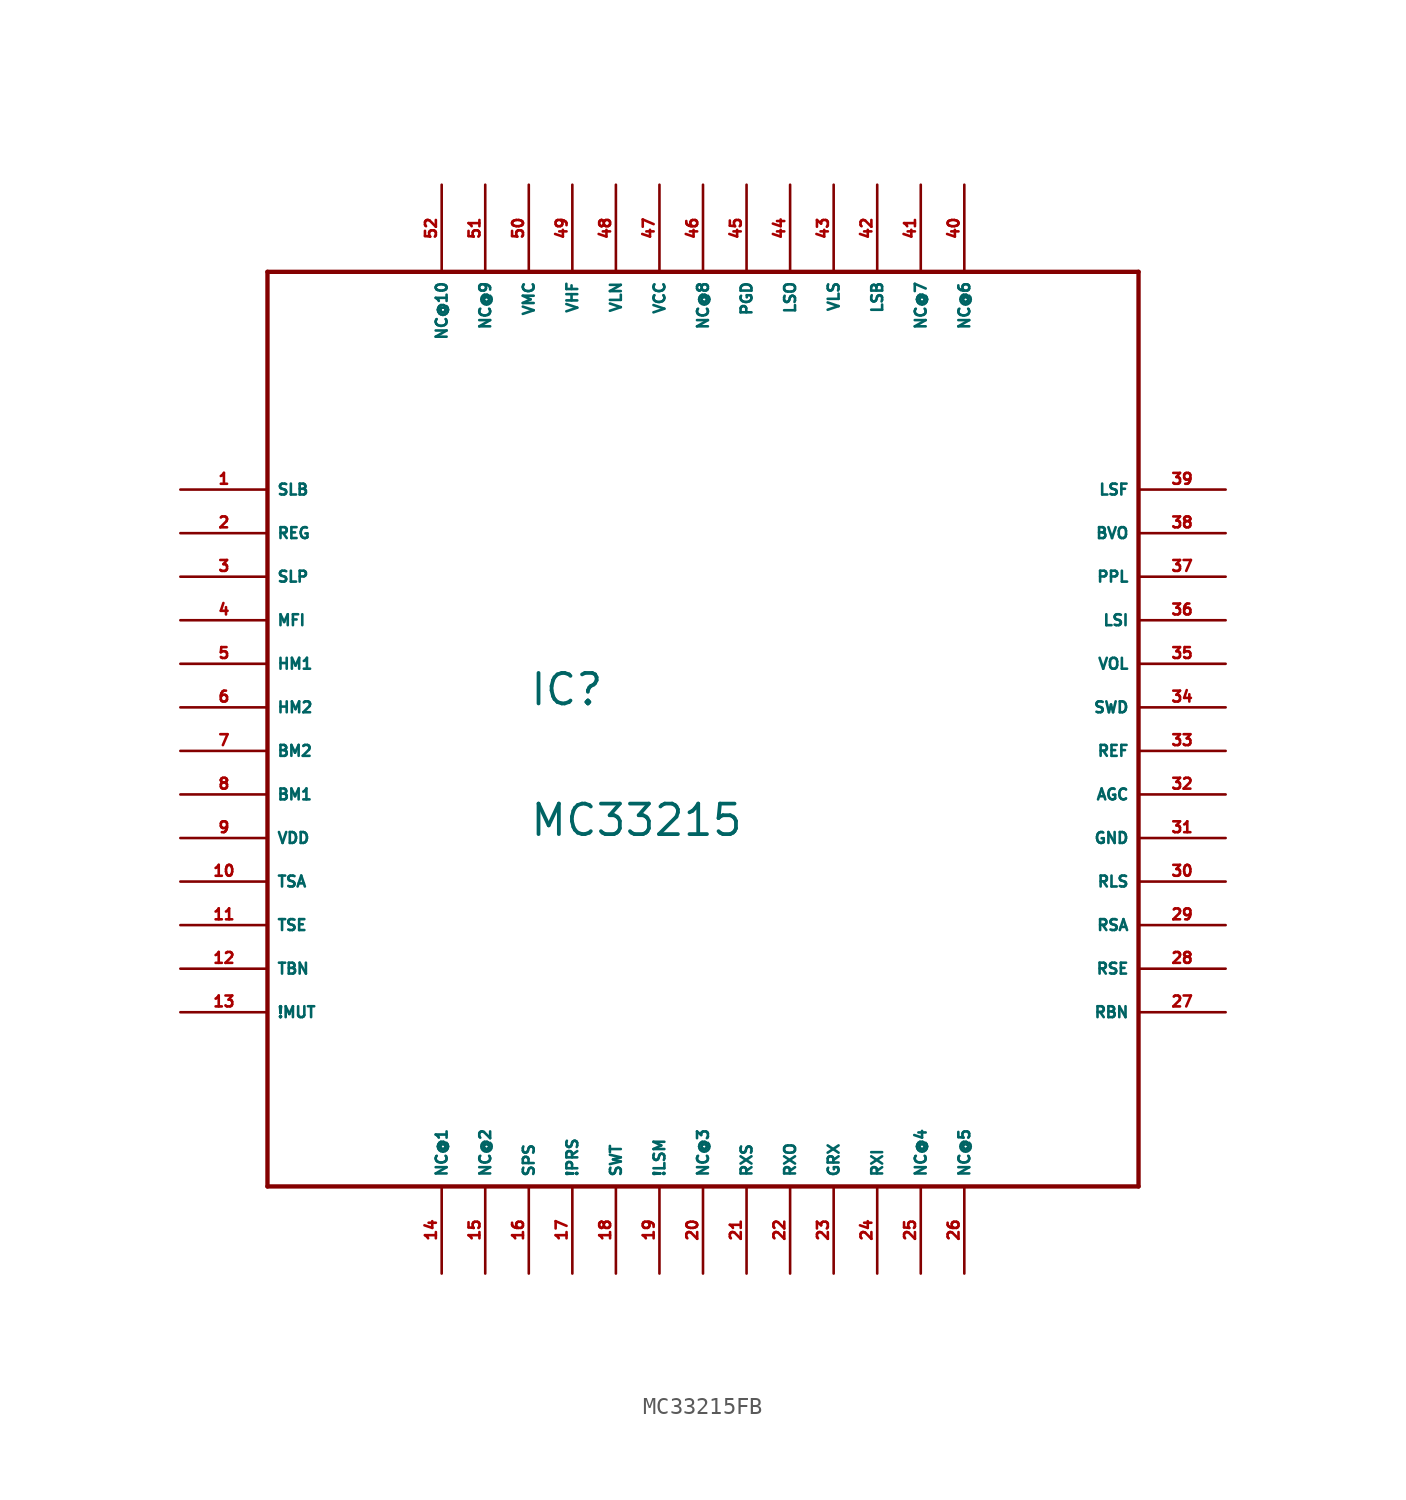
<source format=kicad_sym>
(kicad_symbol_lib
  (version 20220914)
  (generator Eagle2Kicad)
  (symbol "MC33215FB"
    (property "Reference" "IC"
      (at -10.16 2.54 0)
      (effects (font (size 1.778 1.778) (thickness 0.22)) (justify left bottom)))
    (property "Value" "MC33215"
      (at -10.16 -5.08 0)
      (effects (font (size 1.778 1.778) (thickness 0.22)) (justify left bottom)))
    (polyline
      (pts (xy -25.4 27.94) (xy 25.4 27.94))
      (stroke (width 0.254) (type default))
      (fill (type none)))
    (polyline
      (pts (xy 25.4 27.94) (xy 25.4 -25.4))
      (stroke (width 0.254) (type default))
      (fill (type none)))
    (polyline
      (pts (xy 25.4 -25.4) (xy -25.4 -25.4))
      (stroke (width 0.254) (type default))
      (fill (type none)))
    (polyline
      (pts (xy -25.4 -25.4) (xy -25.4 27.94))
      (stroke (width 0.254) (type default))
      (fill (type none)))
    (pin input line
      (at -30.48 15.24 0)
      (length 5.08)
      (name "SLB" (effects (font (size 0.635 0.635) (thickness 0.08)) (justify left bottom)))
      (number "1" (effects (font (size 0.635 0.635) (thickness 0.08)) (justify left bottom))))
    (pin input line
      (at -30.48 12.7 0)
      (length 5.08)
      (name "REG" (effects (font (size 0.635 0.635) (thickness 0.08)) (justify left bottom)))
      (number "2" (effects (font (size 0.635 0.635) (thickness 0.08)) (justify left bottom))))
    (pin input line
      (at -30.48 10.16 0)
      (length 5.08)
      (name "SLP" (effects (font (size 0.635 0.635) (thickness 0.08)) (justify left bottom)))
      (number "3" (effects (font (size 0.635 0.635) (thickness 0.08)) (justify left bottom))))
    (pin input line
      (at -30.48 7.62 0)
      (length 5.08)
      (name "MFI" (effects (font (size 0.635 0.635) (thickness 0.08)) (justify left bottom)))
      (number "4" (effects (font (size 0.635 0.635) (thickness 0.08)) (justify left bottom))))
    (pin input line
      (at -30.48 5.08 0)
      (length 5.08)
      (name "HM1" (effects (font (size 0.635 0.635) (thickness 0.08)) (justify left bottom)))
      (number "5" (effects (font (size 0.635 0.635) (thickness 0.08)) (justify left bottom))))
    (pin input line
      (at -30.48 2.54 0)
      (length 5.08)
      (name "HM2" (effects (font (size 0.635 0.635) (thickness 0.08)) (justify left bottom)))
      (number "6" (effects (font (size 0.635 0.635) (thickness 0.08)) (justify left bottom))))
    (pin input line
      (at -30.48 0 0)
      (length 5.08)
      (name "BM2" (effects (font (size 0.635 0.635) (thickness 0.08)) (justify left bottom)))
      (number "7" (effects (font (size 0.635 0.635) (thickness 0.08)) (justify left bottom))))
    (pin input line
      (at -30.48 -2.54 0)
      (length 5.08)
      (name "BM1" (effects (font (size 0.635 0.635) (thickness 0.08)) (justify left bottom)))
      (number "8" (effects (font (size 0.635 0.635) (thickness 0.08)) (justify left bottom))))
    (pin input line
      (at -30.48 -5.08 0)
      (length 5.08)
      (name "VDD" (effects (font (size 0.635 0.635) (thickness 0.08)) (justify left bottom)))
      (number "9" (effects (font (size 0.635 0.635) (thickness 0.08)) (justify left bottom))))
    (pin input line
      (at -30.48 -7.62 0)
      (length 5.08)
      (name "TSA" (effects (font (size 0.635 0.635) (thickness 0.08)) (justify left bottom)))
      (number "10" (effects (font (size 0.635 0.635) (thickness 0.08)) (justify left bottom))))
    (pin input line
      (at -30.48 -10.16 0)
      (length 5.08)
      (name "TSE" (effects (font (size 0.635 0.635) (thickness 0.08)) (justify left bottom)))
      (number "11" (effects (font (size 0.635 0.635) (thickness 0.08)) (justify left bottom))))
    (pin input line
      (at -30.48 -12.7 0)
      (length 5.08)
      (name "TBN" (effects (font (size 0.635 0.635) (thickness 0.08)) (justify left bottom)))
      (number "12" (effects (font (size 0.635 0.635) (thickness 0.08)) (justify left bottom))))
    (pin input line
      (at -30.48 -15.24 0)
      (length 5.08)
      (name "!MUT" (effects (font (size 0.635 0.635) (thickness 0.08)) (justify left bottom)))
      (number "13" (effects (font (size 0.635 0.635) (thickness 0.08)) (justify left bottom))))
    (pin input line
      (at -15.24 -30.48 90)
      (length 5.08)
      (name "NC@1" (effects (font (size 0.635 0.635) (thickness 0.08)) (justify left bottom)))
      (number "14" (effects (font (size 0.635 0.635) (thickness 0.08)) (justify left bottom))))
    (pin input line
      (at -12.7 -30.48 90)
      (length 5.08)
      (name "NC@2" (effects (font (size 0.635 0.635) (thickness 0.08)) (justify left bottom)))
      (number "15" (effects (font (size 0.635 0.635) (thickness 0.08)) (justify left bottom))))
    (pin input line
      (at -10.16 -30.48 90)
      (length 5.08)
      (name "SPS" (effects (font (size 0.635 0.635) (thickness 0.08)) (justify left bottom)))
      (number "16" (effects (font (size 0.635 0.635) (thickness 0.08)) (justify left bottom))))
    (pin input line
      (at -7.62 -30.48 90)
      (length 5.08)
      (name "!PRS" (effects (font (size 0.635 0.635) (thickness 0.08)) (justify left bottom)))
      (number "17" (effects (font (size 0.635 0.635) (thickness 0.08)) (justify left bottom))))
    (pin input line
      (at -5.08 -30.48 90)
      (length 5.08)
      (name "SWT" (effects (font (size 0.635 0.635) (thickness 0.08)) (justify left bottom)))
      (number "18" (effects (font (size 0.635 0.635) (thickness 0.08)) (justify left bottom))))
    (pin input line
      (at -2.54 -30.48 90)
      (length 5.08)
      (name "!LSM" (effects (font (size 0.635 0.635) (thickness 0.08)) (justify left bottom)))
      (number "19" (effects (font (size 0.635 0.635) (thickness 0.08)) (justify left bottom))))
    (pin input line
      (at 0 -30.48 90)
      (length 5.08)
      (name "NC@3" (effects (font (size 0.635 0.635) (thickness 0.08)) (justify left bottom)))
      (number "20" (effects (font (size 0.635 0.635) (thickness 0.08)) (justify left bottom))))
    (pin input line
      (at 2.54 -30.48 90)
      (length 5.08)
      (name "RXS" (effects (font (size 0.635 0.635) (thickness 0.08)) (justify left bottom)))
      (number "21" (effects (font (size 0.635 0.635) (thickness 0.08)) (justify left bottom))))
    (pin input line
      (at 5.08 -30.48 90)
      (length 5.08)
      (name "RXO" (effects (font (size 0.635 0.635) (thickness 0.08)) (justify left bottom)))
      (number "22" (effects (font (size 0.635 0.635) (thickness 0.08)) (justify left bottom))))
    (pin input line
      (at 7.62 -30.48 90)
      (length 5.08)
      (name "GRX" (effects (font (size 0.635 0.635) (thickness 0.08)) (justify left bottom)))
      (number "23" (effects (font (size 0.635 0.635) (thickness 0.08)) (justify left bottom))))
    (pin input line
      (at 10.16 -30.48 90)
      (length 5.08)
      (name "RXI" (effects (font (size 0.635 0.635) (thickness 0.08)) (justify left bottom)))
      (number "24" (effects (font (size 0.635 0.635) (thickness 0.08)) (justify left bottom))))
    (pin input line
      (at 12.7 -30.48 90)
      (length 5.08)
      (name "NC@4" (effects (font (size 0.635 0.635) (thickness 0.08)) (justify left bottom)))
      (number "25" (effects (font (size 0.635 0.635) (thickness 0.08)) (justify left bottom))))
    (pin input line
      (at 15.24 -30.48 90)
      (length 5.08)
      (name "NC@5" (effects (font (size 0.635 0.635) (thickness 0.08)) (justify left bottom)))
      (number "26" (effects (font (size 0.635 0.635) (thickness 0.08)) (justify left bottom))))
    (pin input line
      (at 30.48 -15.24 180)
      (length 5.08)
      (name "RBN" (effects (font (size 0.635 0.635) (thickness 0.08)) (justify left bottom)))
      (number "27" (effects (font (size 0.635 0.635) (thickness 0.08)) (justify left bottom))))
    (pin input line
      (at 30.48 -12.7 180)
      (length 5.08)
      (name "RSE" (effects (font (size 0.635 0.635) (thickness 0.08)) (justify left bottom)))
      (number "28" (effects (font (size 0.635 0.635) (thickness 0.08)) (justify left bottom))))
    (pin input line
      (at 30.48 -10.16 180)
      (length 5.08)
      (name "RSA" (effects (font (size 0.635 0.635) (thickness 0.08)) (justify left bottom)))
      (number "29" (effects (font (size 0.635 0.635) (thickness 0.08)) (justify left bottom))))
    (pin input line
      (at 30.48 -7.62 180)
      (length 5.08)
      (name "RLS" (effects (font (size 0.635 0.635) (thickness 0.08)) (justify left bottom)))
      (number "30" (effects (font (size 0.635 0.635) (thickness 0.08)) (justify left bottom))))
    (pin input line
      (at 30.48 -5.08 180)
      (length 5.08)
      (name "GND" (effects (font (size 0.635 0.635) (thickness 0.08)) (justify left bottom)))
      (number "31" (effects (font (size 0.635 0.635) (thickness 0.08)) (justify left bottom))))
    (pin input line
      (at 30.48 -2.54 180)
      (length 5.08)
      (name "AGC" (effects (font (size 0.635 0.635) (thickness 0.08)) (justify left bottom)))
      (number "32" (effects (font (size 0.635 0.635) (thickness 0.08)) (justify left bottom))))
    (pin input line
      (at 30.48 0 180)
      (length 5.08)
      (name "REF" (effects (font (size 0.635 0.635) (thickness 0.08)) (justify left bottom)))
      (number "33" (effects (font (size 0.635 0.635) (thickness 0.08)) (justify left bottom))))
    (pin input line
      (at 30.48 2.54 180)
      (length 5.08)
      (name "SWD" (effects (font (size 0.635 0.635) (thickness 0.08)) (justify left bottom)))
      (number "34" (effects (font (size 0.635 0.635) (thickness 0.08)) (justify left bottom))))
    (pin input line
      (at 30.48 5.08 180)
      (length 5.08)
      (name "VOL" (effects (font (size 0.635 0.635) (thickness 0.08)) (justify left bottom)))
      (number "35" (effects (font (size 0.635 0.635) (thickness 0.08)) (justify left bottom))))
    (pin input line
      (at 30.48 7.62 180)
      (length 5.08)
      (name "LSI" (effects (font (size 0.635 0.635) (thickness 0.08)) (justify left bottom)))
      (number "36" (effects (font (size 0.635 0.635) (thickness 0.08)) (justify left bottom))))
    (pin input line
      (at 30.48 10.16 180)
      (length 5.08)
      (name "PPL" (effects (font (size 0.635 0.635) (thickness 0.08)) (justify left bottom)))
      (number "37" (effects (font (size 0.635 0.635) (thickness 0.08)) (justify left bottom))))
    (pin input line
      (at 30.48 12.7 180)
      (length 5.08)
      (name "BVO" (effects (font (size 0.635 0.635) (thickness 0.08)) (justify left bottom)))
      (number "38" (effects (font (size 0.635 0.635) (thickness 0.08)) (justify left bottom))))
    (pin input line
      (at 30.48 15.24 180)
      (length 5.08)
      (name "LSF" (effects (font (size 0.635 0.635) (thickness 0.08)) (justify left bottom)))
      (number "39" (effects (font (size 0.635 0.635) (thickness 0.08)) (justify left bottom))))
    (pin input line
      (at 15.24 33.02 270)
      (length 5.08)
      (name "NC@6" (effects (font (size 0.635 0.635) (thickness 0.08)) (justify left bottom)))
      (number "40" (effects (font (size 0.635 0.635) (thickness 0.08)) (justify left bottom))))
    (pin input line
      (at 12.7 33.02 270)
      (length 5.08)
      (name "NC@7" (effects (font (size 0.635 0.635) (thickness 0.08)) (justify left bottom)))
      (number "41" (effects (font (size 0.635 0.635) (thickness 0.08)) (justify left bottom))))
    (pin input line
      (at 10.16 33.02 270)
      (length 5.08)
      (name "LSB" (effects (font (size 0.635 0.635) (thickness 0.08)) (justify left bottom)))
      (number "42" (effects (font (size 0.635 0.635) (thickness 0.08)) (justify left bottom))))
    (pin input line
      (at 7.62 33.02 270)
      (length 5.08)
      (name "VLS" (effects (font (size 0.635 0.635) (thickness 0.08)) (justify left bottom)))
      (number "43" (effects (font (size 0.635 0.635) (thickness 0.08)) (justify left bottom))))
    (pin input line
      (at 5.08 33.02 270)
      (length 5.08)
      (name "LSO" (effects (font (size 0.635 0.635) (thickness 0.08)) (justify left bottom)))
      (number "44" (effects (font (size 0.635 0.635) (thickness 0.08)) (justify left bottom))))
    (pin input line
      (at 2.54 33.02 270)
      (length 5.08)
      (name "PGD" (effects (font (size 0.635 0.635) (thickness 0.08)) (justify left bottom)))
      (number "45" (effects (font (size 0.635 0.635) (thickness 0.08)) (justify left bottom))))
    (pin input line
      (at -2.54 33.02 270)
      (length 5.08)
      (name "VCC" (effects (font (size 0.635 0.635) (thickness 0.08)) (justify left bottom)))
      (number "47" (effects (font (size 0.635 0.635) (thickness 0.08)) (justify left bottom))))
    (pin input line
      (at -5.08 33.02 270)
      (length 5.08)
      (name "VLN" (effects (font (size 0.635 0.635) (thickness 0.08)) (justify left bottom)))
      (number "48" (effects (font (size 0.635 0.635) (thickness 0.08)) (justify left bottom))))
    (pin input line
      (at -7.62 33.02 270)
      (length 5.08)
      (name "VHF" (effects (font (size 0.635 0.635) (thickness 0.08)) (justify left bottom)))
      (number "49" (effects (font (size 0.635 0.635) (thickness 0.08)) (justify left bottom))))
    (pin input line
      (at -10.16 33.02 270)
      (length 5.08)
      (name "VMC" (effects (font (size 0.635 0.635) (thickness 0.08)) (justify left bottom)))
      (number "50" (effects (font (size 0.635 0.635) (thickness 0.08)) (justify left bottom))))
    (pin input line
      (at 0 33.02 270)
      (length 5.08)
      (name "NC@8" (effects (font (size 0.635 0.635) (thickness 0.08)) (justify left bottom)))
      (number "46" (effects (font (size 0.635 0.635) (thickness 0.08)) (justify left bottom))))
    (pin input line
      (at -12.7 33.02 270)
      (length 5.08)
      (name "NC@9" (effects (font (size 0.635 0.635) (thickness 0.08)) (justify left bottom)))
      (number "51" (effects (font (size 0.635 0.635) (thickness 0.08)) (justify left bottom))))
    (pin input line
      (at -15.24 33.02 270)
      (length 5.08)
      (name "NC@10" (effects (font (size 0.635 0.635) (thickness 0.08)) (justify left bottom)))
      (number "52" (effects (font (size 0.635 0.635) (thickness 0.08)) (justify left bottom))))))
</source>
